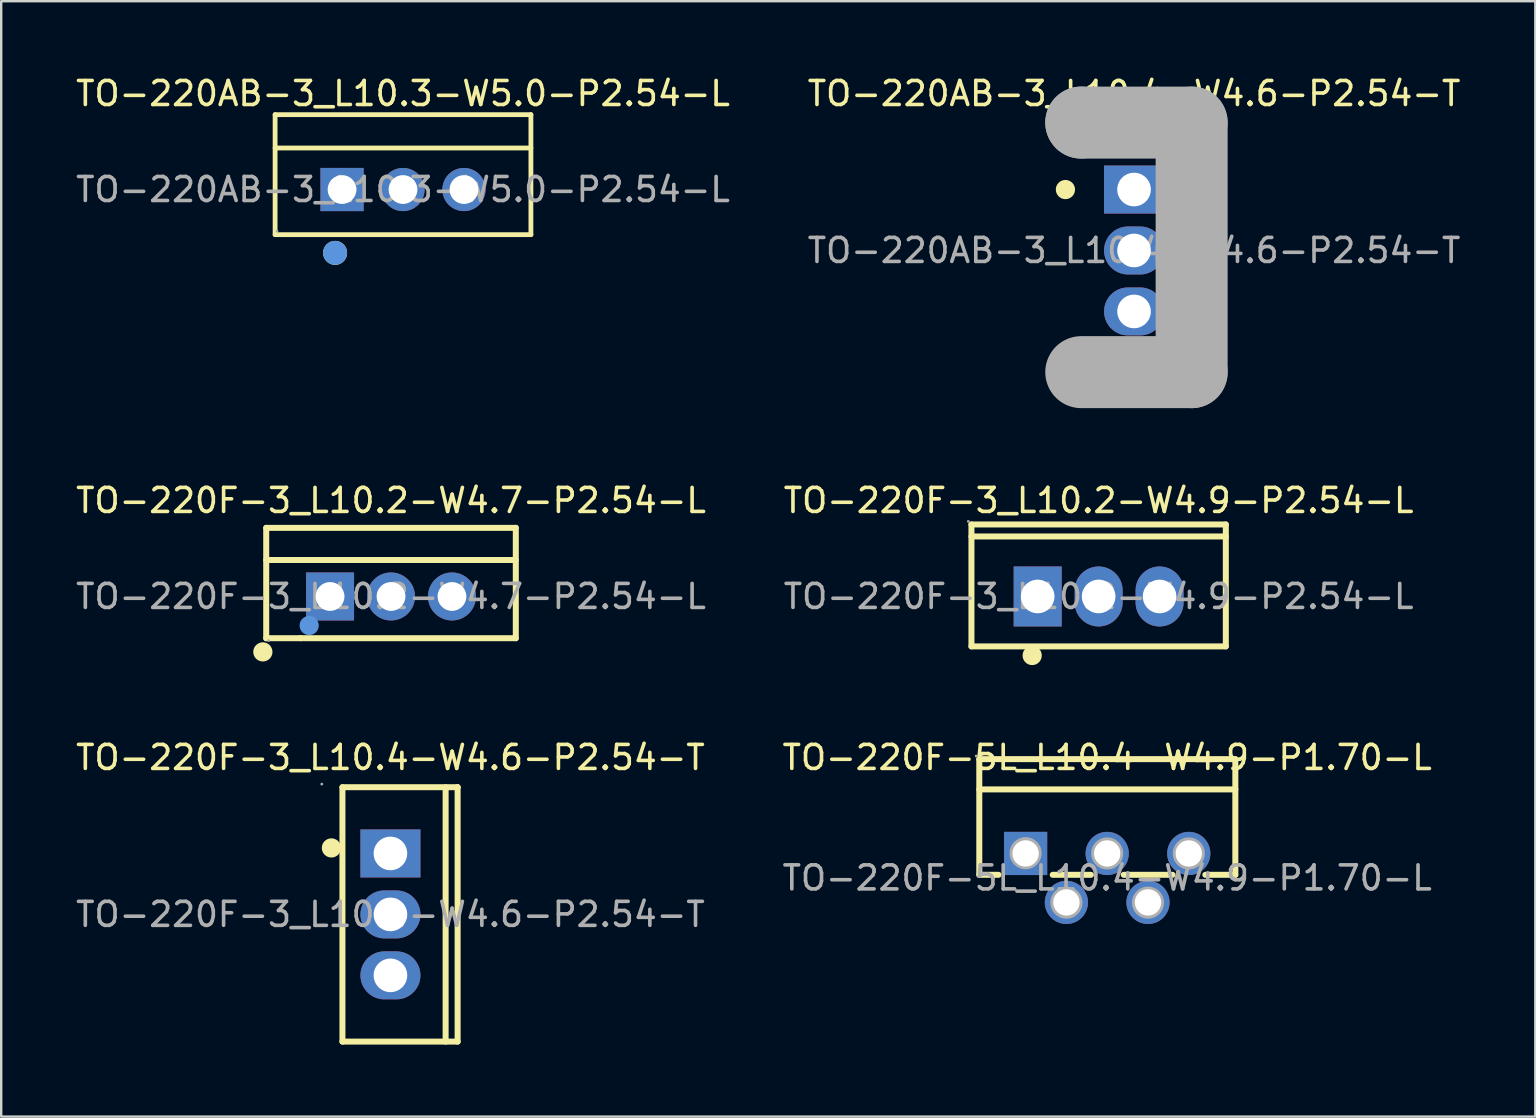
<source format=kicad_pcb>
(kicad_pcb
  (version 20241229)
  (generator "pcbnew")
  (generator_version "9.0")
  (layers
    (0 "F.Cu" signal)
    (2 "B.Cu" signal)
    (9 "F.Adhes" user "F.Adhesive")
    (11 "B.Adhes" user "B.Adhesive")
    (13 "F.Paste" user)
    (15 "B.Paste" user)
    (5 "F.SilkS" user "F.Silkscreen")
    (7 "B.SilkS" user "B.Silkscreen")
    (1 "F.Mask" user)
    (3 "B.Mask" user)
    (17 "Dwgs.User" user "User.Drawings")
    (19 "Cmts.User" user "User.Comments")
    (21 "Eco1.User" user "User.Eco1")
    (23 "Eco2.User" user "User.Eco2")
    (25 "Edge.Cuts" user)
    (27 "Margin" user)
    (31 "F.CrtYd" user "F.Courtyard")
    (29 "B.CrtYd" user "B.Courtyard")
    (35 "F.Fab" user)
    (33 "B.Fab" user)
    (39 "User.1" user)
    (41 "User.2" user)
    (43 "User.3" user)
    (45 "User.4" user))
  (footprint "TO-220F-3_L10.2-W4.9-P2.54-L"
    (layer "F.Cu")
    (at 42.732 21.806)
    (property "Reference" "TO-220F-3_L10.2-W4.9-P2.54-L" (at 0 -4 0) (layer "F.SilkS") (effects (font (size 1 1) (thickness 0.15))))
    (attr through_hole)
    (fp_line (start -5.3 -3) (end 5.3 -3) (stroke (width 0.25) (type solid)) (layer "F.SilkS"))
    (fp_line (start -5.3 2.08) (end -5.3 -3) (stroke (width 0.25) (type solid)) (layer "F.SilkS"))
    (fp_line (start 5.3 -3) (end 5.3 2.08) (stroke (width 0.25) (type solid)) (layer "F.SilkS"))
    (fp_line (start 5.3 -2.5) (end -5.3 -2.5) (stroke (width 0.25) (type solid)) (layer "F.SilkS"))
    (fp_line (start 5.3 2.08) (end -5.3 2.08) (stroke (width 0.25) (type solid)) (layer "F.SilkS"))
    (fp_arc (start -2.76 2.26) (mid -2.774988 2.660188) (end -2.770027 2.25975) (stroke (width 0.4) (type solid)) (layer "F.SilkS"))
    (fp_circle (center -5.43 -3.13) (end -5.4 -3.13) (stroke (width 0.06) (type solid)) (fill no) (layer "F.Fab"))
    (fp_circle (center -2.54 0) (end -2.24 0) (stroke (width 0.6) (type solid)) (fill no) (layer "F.Fab"))
    (fp_circle (center 0 0) (end 0.3 0) (stroke (width 0.6) (type solid)) (fill no) (layer "F.Fab"))
    (fp_circle (center 2.54 0) (end 2.84 0) (stroke (width 0.6) (type solid)) (fill no) (layer "F.Fab"))
    (fp_text user "${REFERENCE}" (at 0 0 0) (layer "F.Fab") (effects (font (size 1 1) (thickness 0.15))))
    (pad "1" thru_hole rect (at -2.54 0) (size 2 2.5) (drill 1.4) (layers "*.Cu" "*.Paste" "*.Mask"))
    (pad "2" thru_hole oval (at 0 0) (size 2 2.5) (drill 1.4) (layers "*.Cu" "*.Paste" "*.Mask"))
    (pad "3" thru_hole oval (at 2.54 0) (size 2 2.5) (drill 1.4) (layers "*.Cu" "*.Paste" "*.Mask")))
  (footprint "TO-220AB-3_L10.3-W5.0-P2.54-L"
    (layer "F.Cu")
    (at 13.744 4.848)
    (property "Reference" "TO-220AB-3_L10.3-W5.0-P2.54-L" (at 0 -4 0) (layer "F.SilkS") (effects (font (size 1 1) (thickness 0.15))))
    (attr through_hole)
    (fp_line (start -5.33 -3.12) (end 5.33 -3.12) (stroke (width 0.2) (type solid)) (layer "F.SilkS"))
    (fp_line (start -5.33 -1.73) (end 5.33 -1.73) (stroke (width 0.2) (type solid)) (layer "F.SilkS"))
    (fp_line (start -5.33 1.88) (end -5.33 -3.12) (stroke (width 0.2) (type solid)) (layer "F.SilkS"))
    (fp_line (start 5.33 -3.12) (end 5.33 1.88) (stroke (width 0.2) (type solid)) (layer "F.SilkS"))
    (fp_line (start 5.33 1.88) (end -5.33 1.88) (stroke (width 0.2) (type solid)) (layer "F.SilkS"))
    (fp_circle (center -2.83 2.64) (end -2.58 2.64) (stroke (width 0.5) (type solid)) (fill no) (layer "F.SilkS"))
    (fp_circle (center -2.83 2.64) (end -2.58 2.64) (stroke (width 0.5) (type solid)) (fill no) (layer "Cmts.User"))
    (fp_circle (center -5.25 1.73) (end -5.22 1.73) (stroke (width 0.06) (type solid)) (fill no) (layer "F.Fab"))
    (fp_text user "${REFERENCE}" (at 0 0 0) (layer "F.Fab") (effects (font (size 1 1) (thickness 0.15))))
    (pad "1" thru_hole rect (at -2.54 0) (size 1.8 1.8) (drill 1.2) (layers "*.Cu" "*.Paste" "*.Mask"))
    (pad "2" thru_hole circle (at 0 0) (size 1.8 1.8) (drill 1.2) (layers "*.Cu" "*.Paste" "*.Mask"))
    (pad "3" thru_hole circle (at 2.54 0) (size 1.8 1.8) (drill 1.2) (layers "*.Cu" "*.Paste" "*.Mask")))
  (footprint "TO-220F-5L_L10.4-W4.9-P1.70-L"
    (layer "F.Cu")
    (at 43.089 33.535)
    (property "Reference" "TO-220F-5L_L10.4-W4.9-P1.70-L" (at 0 -5.02 0) (layer "F.SilkS") (effects (font (size 1 1) (thickness 0.15))))
    (attr through_hole)
    (fp_line (start -5.33 -4.95) (end -5.33 -0.13) (stroke (width 0.25) (type solid)) (layer "F.SilkS"))
    (fp_line (start -5.33 -3.69) (end 5.34 -3.69) (stroke (width 0.25) (type solid)) (layer "F.SilkS"))
    (fp_line (start -5.33 -0.13) (end -4.53 -0.13) (stroke (width 0.25) (type solid)) (layer "F.SilkS"))
    (fp_line (start -2.27 -0.13) (end -0.68 -0.13) (stroke (width 0.25) (type solid)) (layer "F.SilkS"))
    (fp_line (start 0.69 -0.13) (end 2.72 -0.13) (stroke (width 0.25) (type solid)) (layer "F.SilkS"))
    (fp_line (start 4.09 -0.13) (end 5.34 -0.13) (stroke (width 0.25) (type solid)) (layer "F.SilkS"))
    (fp_line (start 5.34 -4.95) (end -5.33 -4.95) (stroke (width 0.25) (type solid)) (layer "F.SilkS"))
    (fp_line (start 5.34 -0.13) (end 5.34 -4.95) (stroke (width 0.25) (type solid)) (layer "F.SilkS"))
    (fp_circle (center -5.46 -5.08) (end -5.43 -5.08) (stroke (width 0.06) (type solid)) (fill no) (layer "F.Fab"))
    (fp_circle (center -3.4 -1.03) (end -3.18 -1.03) (stroke (width 0.45) (type solid)) (fill no) (layer "F.Fab"))
    (fp_circle (center -1.7 1.03) (end -1.48 1.03) (stroke (width 0.45) (type solid)) (fill no) (layer "F.Fab"))
    (fp_circle (center 0 -1.02) (end 0.22 -1.02) (stroke (width 0.45) (type solid)) (fill no) (layer "F.Fab"))
    (fp_circle (center 1.7 1.03) (end 1.92 1.03) (stroke (width 0.45) (type solid)) (fill no) (layer "F.Fab"))
    (fp_circle (center 3.4 -1.02) (end 3.62 -1.02) (stroke (width 0.45) (type solid)) (fill no) (layer "F.Fab"))
    (fp_text user "${REFERENCE}" (at 0 0 0) (layer "F.Fab") (effects (font (size 1 1) (thickness 0.15))))
    (pad "1" thru_hole rect (at -3.4 -1.02) (size 1.8 1.8) (drill 1.1) (layers "*.Cu" "*.Paste" "*.Mask"))
    (pad "2" thru_hole circle (at -1.7 1.02) (size 1.8 1.8) (drill 1.1) (layers "*.Cu" "*.Paste" "*.Mask"))
    (pad "3" thru_hole circle (at 0 -1.02) (size 1.8 1.8) (drill 1.1) (layers "*.Cu" "*.Paste" "*.Mask"))
    (pad "4" thru_hole circle (at 1.7 1.02) (size 1.8 1.8) (drill 1.1) (layers "*.Cu" "*.Paste" "*.Mask"))
    (pad "5" thru_hole circle (at 3.4 -1.02) (size 1.8 1.8) (drill 1.1) (layers "*.Cu" "*.Paste" "*.Mask")))
  (footprint "TO-220AB-3_L10.4-W4.6-P2.54-T"
    (layer "F.Cu")
    (at 44.208 7.388)
    (property "Reference" "TO-220AB-3_L10.4-W4.6-P2.54-T" (at 0 -6.54 0) (layer "F.SilkS") (effects (font (size 1 1) (thickness 0.15))))
    (attr through_hole)
    (fp_line (start 1.91 5.08) (end 1.91 -5.33) (stroke (width 0.25) (type solid)) (layer "F.SilkS"))
    (fp_arc (start -2.66 -2.53) (mid -3.060188 -2.544988) (end -2.65975 -2.540027) (stroke (width 0.4) (type solid)) (layer "F.SilkS"))
    (fp_line (start -2.2 -5.33) (end -2.2 -5.33) (stroke (width 3) (type solid)) (layer "F.Fab"))
    (fp_line (start -2.2 -5.33) (end 2.4 -5.33) (stroke (width 3) (type solid)) (layer "F.Fab"))
    (fp_line (start 2.4 -5.33) (end 2.4 5.07) (stroke (width 3) (type solid)) (layer "F.Fab"))
    (fp_line (start 2.4 5.07) (end -2.2 5.07) (stroke (width 3) (type solid)) (layer "F.Fab"))
    (fp_circle (center -3.07 -5.46) (end -3.04 -5.46) (stroke (width 0.06) (type solid)) (fill no) (layer "F.Fab"))
    (fp_circle (center 0 -2.54) (end 0.3 -2.54) (stroke (width 0.6) (type solid)) (fill no) (layer "F.Fab"))
    (fp_circle (center 0 0) (end 0.3 0) (stroke (width 0.6) (type solid)) (fill no) (layer "F.Fab"))
    (fp_circle (center 0 2.54) (end 0.3 2.54) (stroke (width 0.6) (type solid)) (fill no) (layer "F.Fab"))
    (fp_text user "${REFERENCE}" (at 0 0 0) (layer "F.Fab") (effects (font (size 1 1) (thickness 0.15))))
    (pad "1" thru_hole rect (at 0 -2.54 270) (size 2 2.5) (drill 1.4) (layers "*.Cu" "*.Paste" "*.Mask"))
    (pad "2" thru_hole oval (at 0 0 270) (size 2 2.5) (drill 1.4) (layers "*.Cu" "*.Paste" "*.Mask"))
    (pad "3" thru_hole oval (at 0 2.54 270) (size 2 2.5) (drill 1.4) (layers "*.Cu" "*.Paste" "*.Mask")))
  (footprint "TO-220F-3_L10.4-W4.6-P2.54-T"
    (layer "F.Cu")
    (at 13.22 35.055)
    (property "Reference" "TO-220F-3_L10.4-W4.6-P2.54-T" (at 0 -6.54 0) (layer "F.SilkS") (effects (font (size 1 1) (thickness 0.15))))
    (attr through_hole)
    (fp_line (start -2 -5.3) (end 2.8 -5.3) (stroke (width 0.25) (type solid)) (layer "F.SilkS"))
    (fp_line (start -2 5.3) (end -2 -5.3) (stroke (width 0.25) (type solid)) (layer "F.SilkS"))
    (fp_line (start 2.3 5.3) (end 2.3 -5.3) (stroke (width 0.25) (type solid)) (layer "F.SilkS"))
    (fp_line (start 2.8 -5.3) (end 2.8 -5.3) (stroke (width 0.25) (type solid)) (layer "F.SilkS"))
    (fp_line (start 2.8 -5.3) (end 2.8 5.3) (stroke (width 0.25) (type solid)) (layer "F.SilkS"))
    (fp_line (start 2.8 5.3) (end -2 5.3) (stroke (width 0.25) (type solid)) (layer "F.SilkS"))
    (fp_arc (start -2.46 -2.77) (mid -2.46 -2.77) (end -2.46 -2.77) (stroke (width 0.4) (type solid)) (layer "F.SilkS"))
    (fp_circle (center -2.86 -5.43) (end -2.83 -5.43) (stroke (width 0.06) (type solid)) (fill no) (layer "F.Fab"))
    (fp_circle (center 0 -2.54) (end 0.3 -2.54) (stroke (width 0.6) (type solid)) (fill no) (layer "F.Fab"))
    (fp_circle (center 0 0) (end 0.3 0) (stroke (width 0.6) (type solid)) (fill no) (layer "F.Fab"))
    (fp_circle (center 0 2.54) (end 0.3 2.54) (stroke (width 0.6) (type solid)) (fill no) (layer "F.Fab"))
    (fp_text user "${REFERENCE}" (at 0 0 0) (layer "F.Fab") (effects (font (size 1 1) (thickness 0.15))))
    (pad "1" thru_hole rect (at 0 -2.54 270) (size 2 2.5) (drill 1.4) (layers "*.Cu" "*.Paste" "*.Mask"))
    (pad "2" thru_hole oval (at 0 0 270) (size 2 2.5) (drill 1.4) (layers "*.Cu" "*.Paste" "*.Mask"))
    (pad "3" thru_hole oval (at 0 2.54 270) (size 2 2.5) (drill 1.4) (layers "*.Cu" "*.Paste" "*.Mask")))
  (footprint "TO-220F-3_L10.2-W4.7-P2.54-L"
    (layer "F.Cu")
    (at 13.244 21.806)
    (property "Reference" "TO-220F-3_L10.2-W4.7-P2.54-L" (at 0 -4 0) (layer "F.SilkS") (effects (font (size 1 1) (thickness 0.15))))
    (attr through_hole)
    (fp_line (start -5.2 -2.86) (end -5.2 1.74) (stroke (width 0.25) (type solid)) (layer "F.SilkS"))
    (fp_line (start -5.2 -1.52) (end 5.2 -1.52) (stroke (width 0.25) (type solid)) (layer "F.SilkS"))
    (fp_line (start -5.2 1.74) (end -3.77 1.74) (stroke (width 0.25) (type solid)) (layer "F.SilkS"))
    (fp_line (start -3.77 1.74) (end 5.2 1.74) (stroke (width 0.25) (type solid)) (layer "F.SilkS"))
    (fp_line (start 5.2 -2.86) (end -5.2 -2.86) (stroke (width 0.25) (type solid)) (layer "F.SilkS"))
    (fp_line (start 5.2 -2.86) (end 5.2 1.74) (stroke (width 0.25) (type solid)) (layer "F.SilkS"))
    (fp_arc (start -5.34 2.31) (mid -5.34 2.31) (end -5.34 2.31) (stroke (width 0.4) (type solid)) (layer "F.SilkS"))
    (fp_circle (center -3.41 1.21) (end -3.21 1.21) (stroke (width 0.4) (type solid)) (fill no) (layer "Cmts.User"))
    (fp_circle (center -5.1 1.84) (end -5.07 1.84) (stroke (width 0.06) (type solid)) (fill no) (layer "F.Fab"))
    (fp_text user "${REFERENCE}" (at 0 0 0) (layer "F.Fab") (effects (font (size 1 1) (thickness 0.15))))
    (pad "1" thru_hole rect (at -2.54 0) (size 2 2) (drill 1.2) (layers "*.Cu" "*.Paste" "*.Mask"))
    (pad "2" thru_hole oval (at 0 0) (size 2 2) (drill 1.2) (layers "*.Cu" "*.Paste" "*.Mask"))
    (pad "3" thru_hole oval (at 2.54 0) (size 2 2) (drill 1.2) (layers "*.Cu" "*.Paste" "*.Mask")))
  (gr_rect
    (start -3 -3)
    (end 60.929 43.48)
    (stroke (width 0.1) (type default))
    (fill no)
    (layer "Edge.Cuts")))
</source>
